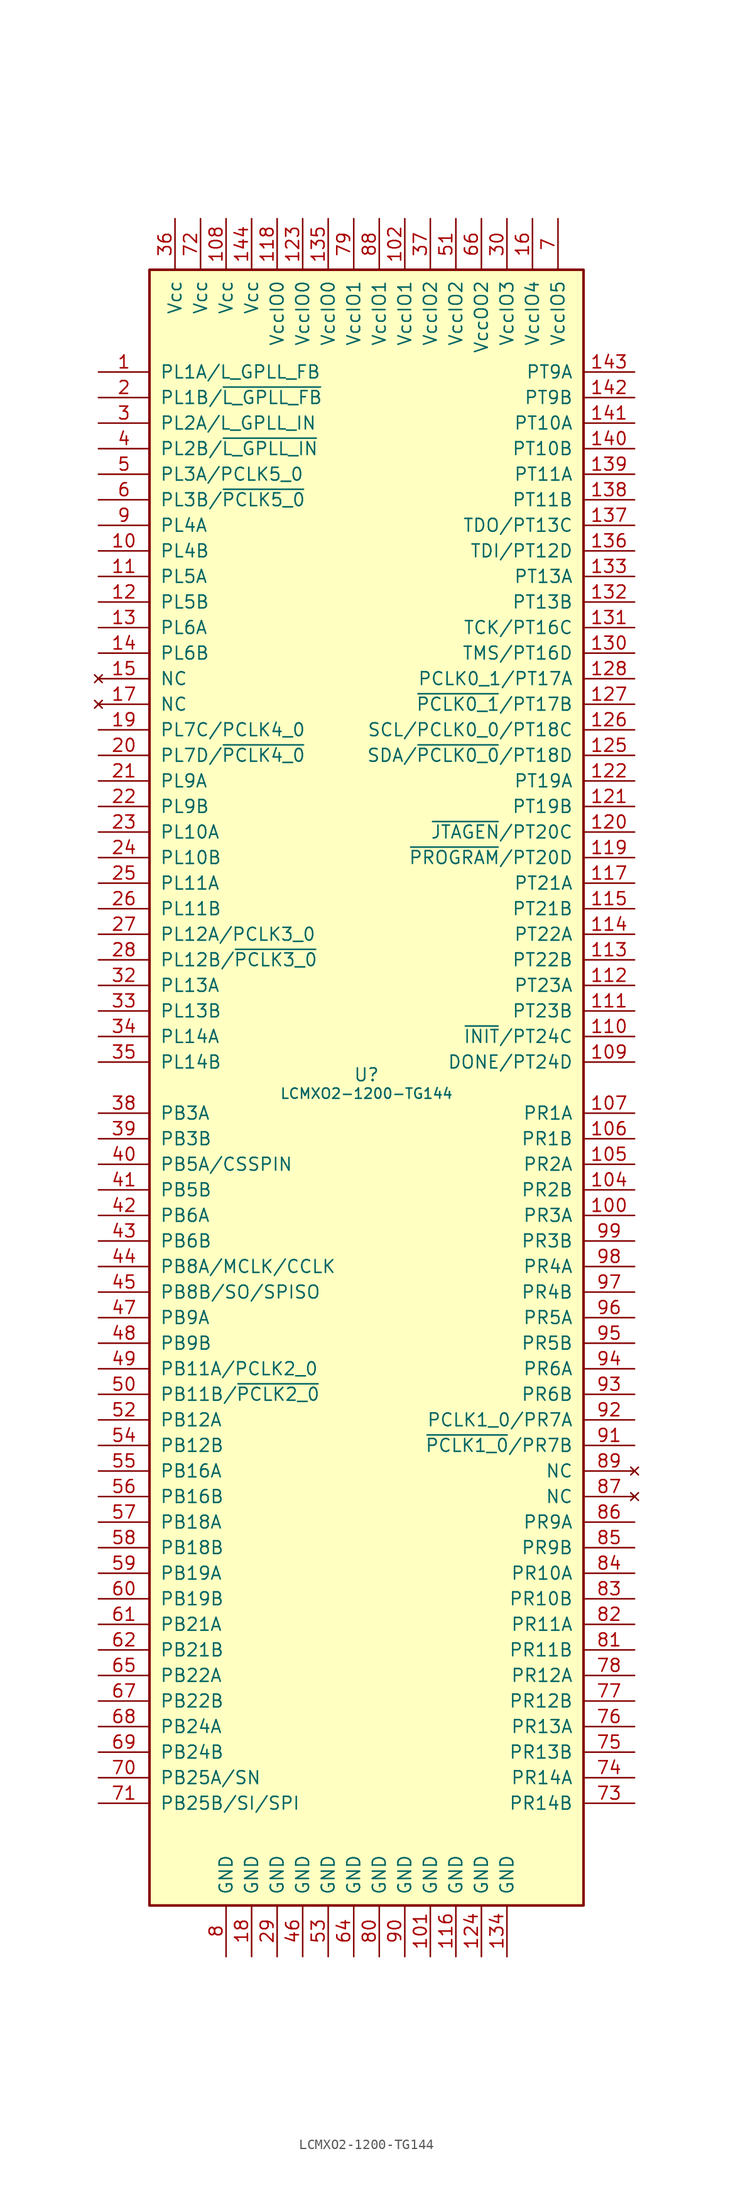
<source format=kicad_sym>
(kicad_symbol_lib
  (version 20220914)
  (generator kicad_symbol_editor)
  (symbol "LCMXO2-1200-TG144"
    (pin_names
      (offset 1.016))
    (property "Reference" "U"
      (at 0 1.27 0)
      (effects (font (size 1.27 1.27))))
    (property "Value" "LCMXO2-1200-TG144"
      (at 0 0 0)
      (effects (font (size 1.016 1.016)) (justify top)))
    (symbol "LCMXO2-1200-TG144_1_1"
      (rectangle (start -21.59 81.28) (end 21.59 -81.28) (stroke (width 0.254) (type default)) (fill (type background)))
      (pin bidirectional line (at -26.67 71.12 0) (length 5.08) (name "PL1A/L_GPLL_FB" (effects (font (size 1.27 1.27)))) (number "1" (effects (font (size 1.27 1.27)))))
      (pin bidirectional line (at -26.67 53.34 0) (length 5.08) (name "PL4B" (effects (font (size 1.27 1.27)))) (number "10" (effects (font (size 1.27 1.27)))))
      (pin bidirectional line (at 26.67 -12.7 180) (length 5.08) (name "PR3A" (effects (font (size 1.27 1.27)))) (number "100" (effects (font (size 1.27 1.27)))))
      (pin power_in line (at 6.35 -86.36 90) (length 5.08) (name "GND" (effects (font (size 1.27 1.27)))) (number "101" (effects (font (size 1.27 1.27)))))
      (pin bidirectional line (at 3.81 86.36 270) (length 5.08) (name "VccIO1" (effects (font (size 1.27 1.27)))) (number "102" (effects (font (size 1.27 1.27)))))
      (pin bidirectional line (at 26.67 -10.16 180) (length 5.08) (name "PR2B" (effects (font (size 1.27 1.27)))) (number "104" (effects (font (size 1.27 1.27)))))
      (pin bidirectional line (at 26.67 -7.62 180) (length 5.08) (name "PR2A" (effects (font (size 1.27 1.27)))) (number "105" (effects (font (size 1.27 1.27)))))
      (pin bidirectional line (at 26.67 -5.08 180) (length 5.08) (name "PR1B" (effects (font (size 1.27 1.27)))) (number "106" (effects (font (size 1.27 1.27)))))
      (pin bidirectional line (at 26.67 -2.54 180) (length 5.08) (name "PR1A" (effects (font (size 1.27 1.27)))) (number "107" (effects (font (size 1.27 1.27)))))
      (pin bidirectional line (at -13.97 86.36 270) (length 5.08) (name "Vcc" (effects (font (size 1.27 1.27)))) (number "108" (effects (font (size 1.27 1.27)))))
      (pin bidirectional line (at 26.67 2.54 180) (length 5.08) (name "DONE/PT24D" (effects (font (size 1.27 1.27)))) (number "109" (effects (font (size 1.27 1.27)))))
      (pin bidirectional line (at -26.67 50.8 0) (length 5.08) (name "PL5A" (effects (font (size 1.27 1.27)))) (number "11" (effects (font (size 1.27 1.27)))))
      (pin bidirectional line (at 26.67 5.08 180) (length 5.08) (name "~{INIT}/PT24C" (effects (font (size 1.27 1.27)))) (number "110" (effects (font (size 1.27 1.27)))))
      (pin bidirectional line (at 26.67 7.62 180) (length 5.08) (name "PT23B" (effects (font (size 1.27 1.27)))) (number "111" (effects (font (size 1.27 1.27)))))
      (pin bidirectional line (at 26.67 10.16 180) (length 5.08) (name "PT23A" (effects (font (size 1.27 1.27)))) (number "112" (effects (font (size 1.27 1.27)))))
      (pin bidirectional line (at 26.67 12.7 180) (length 5.08) (name "PT22B" (effects (font (size 1.27 1.27)))) (number "113" (effects (font (size 1.27 1.27)))))
      (pin bidirectional line (at 26.67 15.24 180) (length 5.08) (name "PT22A" (effects (font (size 1.27 1.27)))) (number "114" (effects (font (size 1.27 1.27)))))
      (pin bidirectional line (at 26.67 17.78 180) (length 5.08) (name "PT21B" (effects (font (size 1.27 1.27)))) (number "115" (effects (font (size 1.27 1.27)))))
      (pin power_in line (at 8.89 -86.36 90) (length 5.08) (name "GND" (effects (font (size 1.27 1.27)))) (number "116" (effects (font (size 1.27 1.27)))))
      (pin bidirectional line (at 26.67 20.32 180) (length 5.08) (name "PT21A" (effects (font (size 1.27 1.27)))) (number "117" (effects (font (size 1.27 1.27)))))
      (pin bidirectional line (at -8.89 86.36 270) (length 5.08) (name "VccIO0" (effects (font (size 1.27 1.27)))) (number "118" (effects (font (size 1.27 1.27)))))
      (pin bidirectional line (at 26.67 22.86 180) (length 5.08) (name "~{PROGRAM}/PT20D" (effects (font (size 1.27 1.27)))) (number "119" (effects (font (size 1.27 1.27)))))
      (pin bidirectional line (at -26.67 48.26 0) (length 5.08) (name "PL5B" (effects (font (size 1.27 1.27)))) (number "12" (effects (font (size 1.27 1.27)))))
      (pin bidirectional line (at 26.67 25.4 180) (length 5.08) (name "~{JTAGEN}/PT20C" (effects (font (size 1.27 1.27)))) (number "120" (effects (font (size 1.27 1.27)))))
      (pin bidirectional line (at 26.67 27.94 180) (length 5.08) (name "PT19B" (effects (font (size 1.27 1.27)))) (number "121" (effects (font (size 1.27 1.27)))))
      (pin bidirectional line (at 26.67 30.48 180) (length 5.08) (name "PT19A" (effects (font (size 1.27 1.27)))) (number "122" (effects (font (size 1.27 1.27)))))
      (pin bidirectional line (at -6.35 86.36 270) (length 5.08) (name "VccIO0" (effects (font (size 1.27 1.27)))) (number "123" (effects (font (size 1.27 1.27)))))
      (pin power_in line (at 11.43 -86.36 90) (length 5.08) (name "GND" (effects (font (size 1.27 1.27)))) (number "124" (effects (font (size 1.27 1.27)))))
      (pin bidirectional line (at 26.67 33.02 180) (length 5.08) (name "SDA/~{PCLK0_0}/PT18D" (effects (font (size 1.27 1.27)))) (number "125" (effects (font (size 1.27 1.27)))))
      (pin bidirectional line (at 26.67 35.56 180) (length 5.08) (name "SCL/PCLK0_0/PT18C" (effects (font (size 1.27 1.27)))) (number "126" (effects (font (size 1.27 1.27)))))
      (pin bidirectional line (at 26.67 38.1 180) (length 5.08) (name "~{PCLK0_1}/PT17B" (effects (font (size 1.27 1.27)))) (number "127" (effects (font (size 1.27 1.27)))))
      (pin bidirectional line (at 26.67 40.64 180) (length 5.08) (name "PCLK0_1/PT17A" (effects (font (size 1.27 1.27)))) (number "128" (effects (font (size 1.27 1.27)))))
      (pin bidirectional line (at -26.67 45.72 0) (length 5.08) (name "PL6A" (effects (font (size 1.27 1.27)))) (number "13" (effects (font (size 1.27 1.27)))))
      (pin bidirectional line (at 26.67 43.18 180) (length 5.08) (name "TMS/PT16D" (effects (font (size 1.27 1.27)))) (number "130" (effects (font (size 1.27 1.27)))))
      (pin bidirectional line (at 26.67 45.72 180) (length 5.08) (name "TCK/PT16C" (effects (font (size 1.27 1.27)))) (number "131" (effects (font (size 1.27 1.27)))))
      (pin bidirectional line (at 26.67 48.26 180) (length 5.08) (name "PT13B" (effects (font (size 1.27 1.27)))) (number "132" (effects (font (size 1.27 1.27)))))
      (pin bidirectional line (at 26.67 50.8 180) (length 5.08) (name "PT13A" (effects (font (size 1.27 1.27)))) (number "133" (effects (font (size 1.27 1.27)))))
      (pin power_in line (at 13.97 -86.36 90) (length 5.08) (name "GND" (effects (font (size 1.27 1.27)))) (number "134" (effects (font (size 1.27 1.27)))))
      (pin bidirectional line (at -3.81 86.36 270) (length 5.08) (name "VccIO0" (effects (font (size 1.27 1.27)))) (number "135" (effects (font (size 1.27 1.27)))))
      (pin bidirectional line (at 26.67 53.34 180) (length 5.08) (name "TDI/PT12D" (effects (font (size 1.27 1.27)))) (number "136" (effects (font (size 1.27 1.27)))))
      (pin bidirectional line (at 26.67 55.88 180) (length 5.08) (name "TDO/PT13C" (effects (font (size 1.27 1.27)))) (number "137" (effects (font (size 1.27 1.27)))))
      (pin bidirectional line (at 26.67 58.42 180) (length 5.08) (name "PT11B" (effects (font (size 1.27 1.27)))) (number "138" (effects (font (size 1.27 1.27)))))
      (pin bidirectional line (at 26.67 60.96 180) (length 5.08) (name "PT11A" (effects (font (size 1.27 1.27)))) (number "139" (effects (font (size 1.27 1.27)))))
      (pin bidirectional line (at -26.67 43.18 0) (length 5.08) (name "PL6B" (effects (font (size 1.27 1.27)))) (number "14" (effects (font (size 1.27 1.27)))))
      (pin bidirectional line (at 26.67 63.5 180) (length 5.08) (name "PT10B" (effects (font (size 1.27 1.27)))) (number "140" (effects (font (size 1.27 1.27)))))
      (pin bidirectional line (at 26.67 66.04 180) (length 5.08) (name "PT10A" (effects (font (size 1.27 1.27)))) (number "141" (effects (font (size 1.27 1.27)))))
      (pin bidirectional line (at 26.67 68.58 180) (length 5.08) (name "PT9B" (effects (font (size 1.27 1.27)))) (number "142" (effects (font (size 1.27 1.27)))))
      (pin bidirectional line (at 26.67 71.12 180) (length 5.08) (name "PT9A" (effects (font (size 1.27 1.27)))) (number "143" (effects (font (size 1.27 1.27)))))
      (pin bidirectional line (at -11.43 86.36 270) (length 5.08) (name "Vcc" (effects (font (size 1.27 1.27)))) (number "144" (effects (font (size 1.27 1.27)))))
      (pin no_connect line (at -26.67 40.64 0) (length 5.08) (name "NC" (effects (font (size 1.27 1.27)))) (number "15" (effects (font (size 1.27 1.27)))))
      (pin bidirectional line (at 16.51 86.36 270) (length 5.08) (name "VccIO4" (effects (font (size 1.27 1.27)))) (number "16" (effects (font (size 1.27 1.27)))))
      (pin no_connect line (at -26.67 38.1 0) (length 5.08) (name "NC" (effects (font (size 1.27 1.27)))) (number "17" (effects (font (size 1.27 1.27)))))
      (pin power_in line (at -11.43 -86.36 90) (length 5.08) (name "GND" (effects (font (size 1.27 1.27)))) (number "18" (effects (font (size 1.27 1.27)))))
      (pin bidirectional line (at -26.67 35.56 0) (length 5.08) (name "PL7C/PCLK4_0" (effects (font (size 1.27 1.27)))) (number "19" (effects (font (size 1.27 1.27)))))
      (pin bidirectional line (at -26.67 68.58 0) (length 5.08) (name "PL1B/~{L_GPLL_FB}" (effects (font (size 1.27 1.27)))) (number "2" (effects (font (size 1.27 1.27)))))
      (pin bidirectional line (at -26.67 33.02 0) (length 5.08) (name "PL7D/~{PCLK4_0}" (effects (font (size 1.27 1.27)))) (number "20" (effects (font (size 1.27 1.27)))))
      (pin bidirectional line (at -26.67 30.48 0) (length 5.08) (name "PL9A" (effects (font (size 1.27 1.27)))) (number "21" (effects (font (size 1.27 1.27)))))
      (pin bidirectional line (at -26.67 27.94 0) (length 5.08) (name "PL9B" (effects (font (size 1.27 1.27)))) (number "22" (effects (font (size 1.27 1.27)))))
      (pin bidirectional line (at -26.67 25.4 0) (length 5.08) (name "PL10A" (effects (font (size 1.27 1.27)))) (number "23" (effects (font (size 1.27 1.27)))))
      (pin bidirectional line (at -26.67 22.86 0) (length 5.08) (name "PL10B" (effects (font (size 1.27 1.27)))) (number "24" (effects (font (size 1.27 1.27)))))
      (pin bidirectional line (at -26.67 20.32 0) (length 5.08) (name "PL11A" (effects (font (size 1.27 1.27)))) (number "25" (effects (font (size 1.27 1.27)))))
      (pin bidirectional line (at -26.67 17.78 0) (length 5.08) (name "PL11B" (effects (font (size 1.27 1.27)))) (number "26" (effects (font (size 1.27 1.27)))))
      (pin bidirectional line (at -26.67 15.24 0) (length 5.08) (name "PL12A/PCLK3_0" (effects (font (size 1.27 1.27)))) (number "27" (effects (font (size 1.27 1.27)))))
      (pin bidirectional line (at -26.67 12.7 0) (length 5.08) (name "PL12B/~{PCLK3_0}" (effects (font (size 1.27 1.27)))) (number "28" (effects (font (size 1.27 1.27)))))
      (pin power_in line (at -8.89 -86.36 90) (length 5.08) (name "GND" (effects (font (size 1.27 1.27)))) (number "29" (effects (font (size 1.27 1.27)))))
      (pin bidirectional line (at -26.67 66.04 0) (length 5.08) (name "PL2A/L_GPLL_IN" (effects (font (size 1.27 1.27)))) (number "3" (effects (font (size 1.27 1.27)))))
      (pin bidirectional line (at 13.97 86.36 270) (length 5.08) (name "VccIO3" (effects (font (size 1.27 1.27)))) (number "30" (effects (font (size 1.27 1.27)))))
      (pin bidirectional line (at -26.67 10.16 0) (length 5.08) (name "PL13A" (effects (font (size 1.27 1.27)))) (number "32" (effects (font (size 1.27 1.27)))))
      (pin bidirectional line (at -26.67 7.62 0) (length 5.08) (name "PL13B" (effects (font (size 1.27 1.27)))) (number "33" (effects (font (size 1.27 1.27)))))
      (pin bidirectional line (at -26.67 5.08 0) (length 5.08) (name "PL14A" (effects (font (size 1.27 1.27)))) (number "34" (effects (font (size 1.27 1.27)))))
      (pin bidirectional line (at -26.67 2.54 0) (length 5.08) (name "PL14B" (effects (font (size 1.27 1.27)))) (number "35" (effects (font (size 1.27 1.27)))))
      (pin bidirectional line (at -19.05 86.36 270) (length 5.08) (name "Vcc" (effects (font (size 1.27 1.27)))) (number "36" (effects (font (size 1.27 1.27)))))
      (pin bidirectional line (at 6.35 86.36 270) (length 5.08) (name "VccIO2" (effects (font (size 1.27 1.27)))) (number "37" (effects (font (size 1.27 1.27)))))
      (pin bidirectional line (at -26.67 -2.54 0) (length 5.08) (name "PB3A" (effects (font (size 1.27 1.27)))) (number "38" (effects (font (size 1.27 1.27)))))
      (pin bidirectional line (at -26.67 -5.08 0) (length 5.08) (name "PB3B" (effects (font (size 1.27 1.27)))) (number "39" (effects (font (size 1.27 1.27)))))
      (pin bidirectional line (at -26.67 63.5 0) (length 5.08) (name "PL2B/~{L_GPLL_IN}" (effects (font (size 1.27 1.27)))) (number "4" (effects (font (size 1.27 1.27)))))
      (pin bidirectional line (at -26.67 -7.62 0) (length 5.08) (name "PB5A/CSSPIN" (effects (font (size 1.27 1.27)))) (number "40" (effects (font (size 1.27 1.27)))))
      (pin bidirectional line (at -26.67 -10.16 0) (length 5.08) (name "PB5B" (effects (font (size 1.27 1.27)))) (number "41" (effects (font (size 1.27 1.27)))))
      (pin bidirectional line (at -26.67 -12.7 0) (length 5.08) (name "PB6A" (effects (font (size 1.27 1.27)))) (number "42" (effects (font (size 1.27 1.27)))))
      (pin bidirectional line (at -26.67 -15.24 0) (length 5.08) (name "PB6B" (effects (font (size 1.27 1.27)))) (number "43" (effects (font (size 1.27 1.27)))))
      (pin bidirectional line (at -26.67 -17.78 0) (length 5.08) (name "PB8A/MCLK/CCLK" (effects (font (size 1.27 1.27)))) (number "44" (effects (font (size 1.27 1.27)))))
      (pin bidirectional line (at -26.67 -20.32 0) (length 5.08) (name "PB8B/SO/SPISO" (effects (font (size 1.27 1.27)))) (number "45" (effects (font (size 1.27 1.27)))))
      (pin power_in line (at -6.35 -86.36 90) (length 5.08) (name "GND" (effects (font (size 1.27 1.27)))) (number "46" (effects (font (size 1.27 1.27)))))
      (pin bidirectional line (at -26.67 -22.86 0) (length 5.08) (name "PB9A" (effects (font (size 1.27 1.27)))) (number "47" (effects (font (size 1.27 1.27)))))
      (pin bidirectional line (at -26.67 -25.4 0) (length 5.08) (name "PB9B" (effects (font (size 1.27 1.27)))) (number "48" (effects (font (size 1.27 1.27)))))
      (pin bidirectional line (at -26.67 -27.94 0) (length 5.08) (name "PB11A/PCLK2_0" (effects (font (size 1.27 1.27)))) (number "49" (effects (font (size 1.27 1.27)))))
      (pin bidirectional line (at -26.67 60.96 0) (length 5.08) (name "PL3A/PCLK5_0" (effects (font (size 1.27 1.27)))) (number "5" (effects (font (size 1.27 1.27)))))
      (pin bidirectional line (at -26.67 -30.48 0) (length 5.08) (name "PB11B/~{PCLK2_0}" (effects (font (size 1.27 1.27)))) (number "50" (effects (font (size 1.27 1.27)))))
      (pin bidirectional line (at 8.89 86.36 270) (length 5.08) (name "VccIO2" (effects (font (size 1.27 1.27)))) (number "51" (effects (font (size 1.27 1.27)))))
      (pin bidirectional line (at -26.67 -33.02 0) (length 5.08) (name "PB12A" (effects (font (size 1.27 1.27)))) (number "52" (effects (font (size 1.27 1.27)))))
      (pin power_in line (at -3.81 -86.36 90) (length 5.08) (name "GND" (effects (font (size 1.27 1.27)))) (number "53" (effects (font (size 1.27 1.27)))))
      (pin bidirectional line (at -26.67 -35.56 0) (length 5.08) (name "PB12B" (effects (font (size 1.27 1.27)))) (number "54" (effects (font (size 1.27 1.27)))))
      (pin bidirectional line (at -26.67 -38.1 0) (length 5.08) (name "PB16A" (effects (font (size 1.27 1.27)))) (number "55" (effects (font (size 1.27 1.27)))))
      (pin bidirectional line (at -26.67 -40.64 0) (length 5.08) (name "PB16B" (effects (font (size 1.27 1.27)))) (number "56" (effects (font (size 1.27 1.27)))))
      (pin bidirectional line (at -26.67 -43.18 0) (length 5.08) (name "PB18A" (effects (font (size 1.27 1.27)))) (number "57" (effects (font (size 1.27 1.27)))))
      (pin bidirectional line (at -26.67 -45.72 0) (length 5.08) (name "PB18B" (effects (font (size 1.27 1.27)))) (number "58" (effects (font (size 1.27 1.27)))))
      (pin bidirectional line (at -26.67 -48.26 0) (length 5.08) (name "PB19A" (effects (font (size 1.27 1.27)))) (number "59" (effects (font (size 1.27 1.27)))))
      (pin bidirectional line (at -26.67 58.42 0) (length 5.08) (name "PL3B/~{PCLK5_0}" (effects (font (size 1.27 1.27)))) (number "6" (effects (font (size 1.27 1.27)))))
      (pin bidirectional line (at -26.67 -50.8 0) (length 5.08) (name "PB19B" (effects (font (size 1.27 1.27)))) (number "60" (effects (font (size 1.27 1.27)))))
      (pin bidirectional line (at -26.67 -53.34 0) (length 5.08) (name "PB21A" (effects (font (size 1.27 1.27)))) (number "61" (effects (font (size 1.27 1.27)))))
      (pin bidirectional line (at -26.67 -55.88 0) (length 5.08) (name "PB21B" (effects (font (size 1.27 1.27)))) (number "62" (effects (font (size 1.27 1.27)))))
      (pin power_in line (at -1.27 -86.36 90) (length 5.08) (name "GND" (effects (font (size 1.27 1.27)))) (number "64" (effects (font (size 1.27 1.27)))))
      (pin bidirectional line (at -26.67 -58.42 0) (length 5.08) (name "PB22A" (effects (font (size 1.27 1.27)))) (number "65" (effects (font (size 1.27 1.27)))))
      (pin bidirectional line (at 11.43 86.36 270) (length 5.08) (name "VccOO2" (effects (font (size 1.27 1.27)))) (number "66" (effects (font (size 1.27 1.27)))))
      (pin bidirectional line (at -26.67 -60.96 0) (length 5.08) (name "PB22B" (effects (font (size 1.27 1.27)))) (number "67" (effects (font (size 1.27 1.27)))))
      (pin bidirectional line (at -26.67 -63.5 0) (length 5.08) (name "PB24A" (effects (font (size 1.27 1.27)))) (number "68" (effects (font (size 1.27 1.27)))))
      (pin bidirectional line (at -26.67 -66.04 0) (length 5.08) (name "PB24B" (effects (font (size 1.27 1.27)))) (number "69" (effects (font (size 1.27 1.27)))))
      (pin bidirectional line (at 19.05 86.36 270) (length 5.08) (name "VccIO5" (effects (font (size 1.27 1.27)))) (number "7" (effects (font (size 1.27 1.27)))))
      (pin bidirectional line (at -26.67 -68.58 0) (length 5.08) (name "PB25A/SN" (effects (font (size 1.27 1.27)))) (number "70" (effects (font (size 1.27 1.27)))))
      (pin bidirectional line (at -26.67 -71.12 0) (length 5.08) (name "PB25B/SI/SPI" (effects (font (size 1.27 1.27)))) (number "71" (effects (font (size 1.27 1.27)))))
      (pin bidirectional line (at -16.51 86.36 270) (length 5.08) (name "Vcc" (effects (font (size 1.27 1.27)))) (number "72" (effects (font (size 1.27 1.27)))))
      (pin bidirectional line (at 26.67 -71.12 180) (length 5.08) (name "PR14B" (effects (font (size 1.27 1.27)))) (number "73" (effects (font (size 1.27 1.27)))))
      (pin bidirectional line (at 26.67 -68.58 180) (length 5.08) (name "PR14A" (effects (font (size 1.27 1.27)))) (number "74" (effects (font (size 1.27 1.27)))))
      (pin bidirectional line (at 26.67 -66.04 180) (length 5.08) (name "PR13B" (effects (font (size 1.27 1.27)))) (number "75" (effects (font (size 1.27 1.27)))))
      (pin bidirectional line (at 26.67 -63.5 180) (length 5.08) (name "PR13A" (effects (font (size 1.27 1.27)))) (number "76" (effects (font (size 1.27 1.27)))))
      (pin bidirectional line (at 26.67 -60.96 180) (length 5.08) (name "PR12B" (effects (font (size 1.27 1.27)))) (number "77" (effects (font (size 1.27 1.27)))))
      (pin bidirectional line (at 26.67 -58.42 180) (length 5.08) (name "PR12A" (effects (font (size 1.27 1.27)))) (number "78" (effects (font (size 1.27 1.27)))))
      (pin bidirectional line (at -1.27 86.36 270) (length 5.08) (name "VccIO1" (effects (font (size 1.27 1.27)))) (number "79" (effects (font (size 1.27 1.27)))))
      (pin power_in line (at -13.97 -86.36 90) (length 5.08) (name "GND" (effects (font (size 1.27 1.27)))) (number "8" (effects (font (size 1.27 1.27)))))
      (pin power_in line (at 1.27 -86.36 90) (length 5.08) (name "GND" (effects (font (size 1.27 1.27)))) (number "80" (effects (font (size 1.27 1.27)))))
      (pin bidirectional line (at 26.67 -55.88 180) (length 5.08) (name "PR11B" (effects (font (size 1.27 1.27)))) (number "81" (effects (font (size 1.27 1.27)))))
      (pin bidirectional line (at 26.67 -53.34 180) (length 5.08) (name "PR11A" (effects (font (size 1.27 1.27)))) (number "82" (effects (font (size 1.27 1.27)))))
      (pin bidirectional line (at 26.67 -50.8 180) (length 5.08) (name "PR10B" (effects (font (size 1.27 1.27)))) (number "83" (effects (font (size 1.27 1.27)))))
      (pin bidirectional line (at 26.67 -48.26 180) (length 5.08) (name "PR10A" (effects (font (size 1.27 1.27)))) (number "84" (effects (font (size 1.27 1.27)))))
      (pin bidirectional line (at 26.67 -45.72 180) (length 5.08) (name "PR9B" (effects (font (size 1.27 1.27)))) (number "85" (effects (font (size 1.27 1.27)))))
      (pin bidirectional line (at 26.67 -43.18 180) (length 5.08) (name "PR9A" (effects (font (size 1.27 1.27)))) (number "86" (effects (font (size 1.27 1.27)))))
      (pin no_connect line (at 26.67 -40.64 180) (length 5.08) (name "NC" (effects (font (size 1.27 1.27)))) (number "87" (effects (font (size 1.27 1.27)))))
      (pin bidirectional line (at 1.27 86.36 270) (length 5.08) (name "VccIO1" (effects (font (size 1.27 1.27)))) (number "88" (effects (font (size 1.27 1.27)))))
      (pin no_connect line (at 26.67 -38.1 180) (length 5.08) (name "NC" (effects (font (size 1.27 1.27)))) (number "89" (effects (font (size 1.27 1.27)))))
      (pin bidirectional line (at -26.67 55.88 0) (length 5.08) (name "PL4A" (effects (font (size 1.27 1.27)))) (number "9" (effects (font (size 1.27 1.27)))))
      (pin power_in line (at 3.81 -86.36 90) (length 5.08) (name "GND" (effects (font (size 1.27 1.27)))) (number "90" (effects (font (size 1.27 1.27)))))
      (pin bidirectional line (at 26.67 -35.56 180) (length 5.08) (name "~{PCLK1_0}/PR7B" (effects (font (size 1.27 1.27)))) (number "91" (effects (font (size 1.27 1.27)))))
      (pin bidirectional line (at 26.67 -33.02 180) (length 5.08) (name "PCLK1_0/PR7A" (effects (font (size 1.27 1.27)))) (number "92" (effects (font (size 1.27 1.27)))))
      (pin bidirectional line (at 26.67 -30.48 180) (length 5.08) (name "PR6B" (effects (font (size 1.27 1.27)))) (number "93" (effects (font (size 1.27 1.27)))))
      (pin bidirectional line (at 26.67 -27.94 180) (length 5.08) (name "PR6A" (effects (font (size 1.27 1.27)))) (number "94" (effects (font (size 1.27 1.27)))))
      (pin bidirectional line (at 26.67 -25.4 180) (length 5.08) (name "PR5B" (effects (font (size 1.27 1.27)))) (number "95" (effects (font (size 1.27 1.27)))))
      (pin bidirectional line (at 26.67 -22.86 180) (length 5.08) (name "PR5A" (effects (font (size 1.27 1.27)))) (number "96" (effects (font (size 1.27 1.27)))))
      (pin bidirectional line (at 26.67 -20.32 180) (length 5.08) (name "PR4B" (effects (font (size 1.27 1.27)))) (number "97" (effects (font (size 1.27 1.27)))))
      (pin bidirectional line (at 26.67 -17.78 180) (length 5.08) (name "PR4A" (effects (font (size 1.27 1.27)))) (number "98" (effects (font (size 1.27 1.27)))))
      (pin bidirectional line (at 26.67 -15.24 180) (length 5.08) (name "PR3B" (effects (font (size 1.27 1.27)))) (number "99" (effects (font (size 1.27 1.27))))))))
</source>
